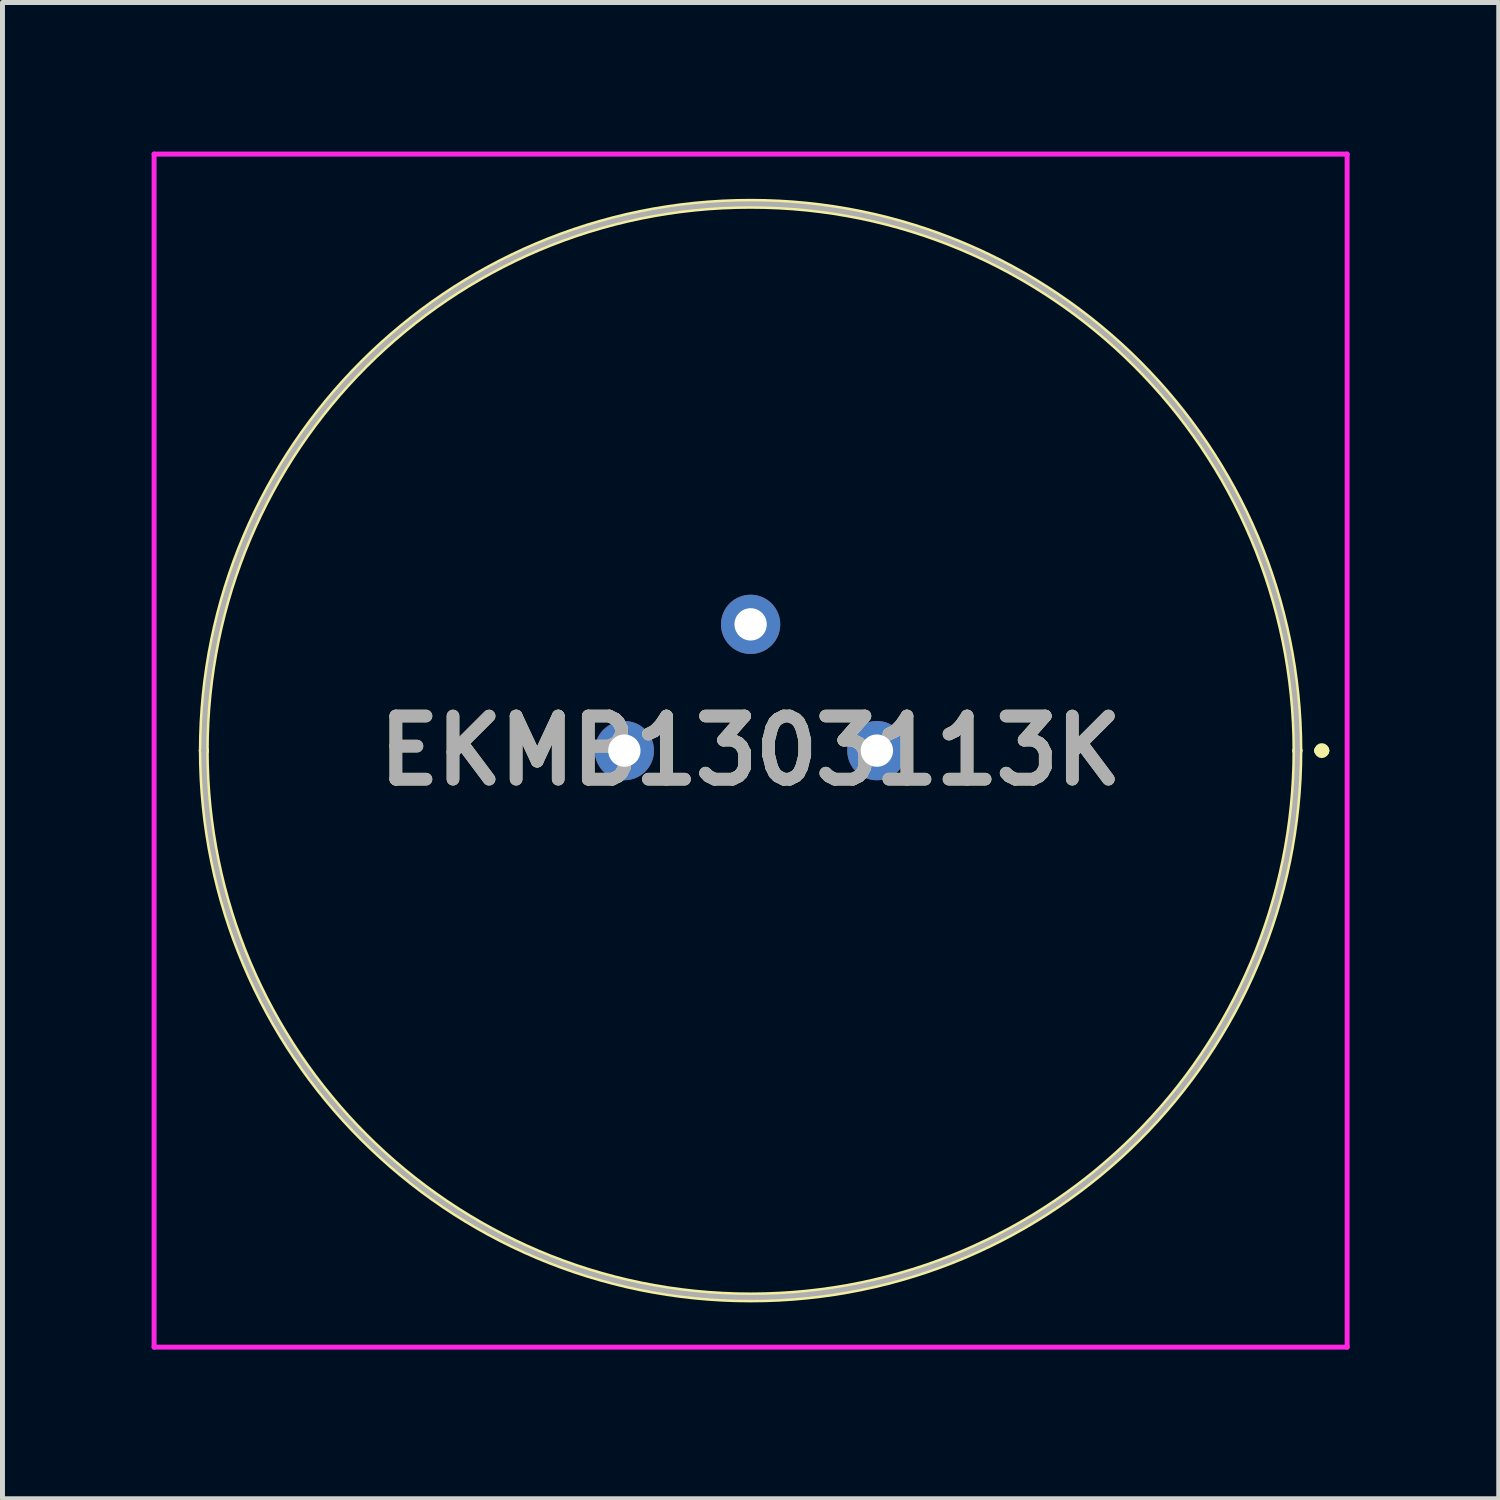
<source format=kicad_pcb>
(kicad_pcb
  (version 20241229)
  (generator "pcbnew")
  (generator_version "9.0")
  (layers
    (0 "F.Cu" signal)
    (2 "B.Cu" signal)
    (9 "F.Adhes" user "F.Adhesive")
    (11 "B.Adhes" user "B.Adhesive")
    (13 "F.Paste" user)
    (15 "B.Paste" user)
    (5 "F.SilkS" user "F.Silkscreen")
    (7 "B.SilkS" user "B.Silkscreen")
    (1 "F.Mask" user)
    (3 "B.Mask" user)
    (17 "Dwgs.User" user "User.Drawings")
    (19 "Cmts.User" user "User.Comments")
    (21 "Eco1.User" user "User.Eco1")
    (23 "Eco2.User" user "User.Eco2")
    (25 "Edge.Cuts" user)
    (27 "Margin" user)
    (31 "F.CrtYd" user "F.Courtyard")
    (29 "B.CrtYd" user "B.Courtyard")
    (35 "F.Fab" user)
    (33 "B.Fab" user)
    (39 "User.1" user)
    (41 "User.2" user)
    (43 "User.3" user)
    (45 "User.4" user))
  (footprint "EKMB1303113K"
    (layer "F.Cu")
    (at 14.59 12.05)
    (property "Reference" "EKMB1303113K" (at -2.54 0 0) (layer "F.SilkS") (effects (font (size 1.27 1.27) (thickness 0.254))))
    (attr through_hole)
    (fp_line (start -13.54 0) (end -13.54 0) (stroke (width 0.2) (type solid)) (layer "F.SilkS"))
    (fp_line (start 8.46 0) (end 8.46 0) (stroke (width 0.2) (type solid)) (layer "F.SilkS"))
    (fp_line (start 8.9 0) (end 8.9 0) (stroke (width 0.2) (type solid)) (layer "F.SilkS"))
    (fp_line (start 8.9 0) (end 9 0) (stroke (width 0.2) (type solid)) (layer "F.SilkS"))
    (fp_line (start 9 0) (end 9 0) (stroke (width 0.2) (type solid)) (layer "F.SilkS"))
    (fp_arc (start -13.54 0) (mid -2.54 -11) (end 8.46 0) (stroke (width 0.2) (type solid)) (layer "F.SilkS"))
    (fp_arc (start 8.46 0) (mid -2.54 11) (end -13.54 0) (stroke (width 0.2) (type solid)) (layer "F.SilkS"))
    (fp_arc (start 8.9 0) (mid 8.95 -0.05) (end 9 0) (stroke (width 0.2) (type solid)) (layer "F.SilkS"))
    (fp_arc (start 9 0) (mid 8.95 0.05) (end 8.9 0) (stroke (width 0.2) (type solid)) (layer "F.SilkS"))
    (fp_line (start -14.54 -12) (end -14.54 12) (stroke (width 0.1) (type solid)) (layer "F.CrtYd"))
    (fp_line (start -14.54 12) (end 9.46 12) (stroke (width 0.1) (type solid)) (layer "F.CrtYd"))
    (fp_line (start 9.46 -12) (end -14.54 -12) (stroke (width 0.1) (type solid)) (layer "F.CrtYd"))
    (fp_line (start 9.46 12) (end 9.46 -12) (stroke (width 0.1) (type solid)) (layer "F.CrtYd"))
    (fp_line (start -13.54 0) (end -13.54 0) (stroke (width 0.1) (type solid)) (layer "F.Fab"))
    (fp_line (start 8.46 0) (end 8.46 0) (stroke (width 0.1) (type solid)) (layer "F.Fab"))
    (fp_arc (start -13.54 0) (mid -2.54 -11) (end 8.46 0) (stroke (width 0.1) (type solid)) (layer "F.Fab"))
    (fp_arc (start 8.46 0) (mid -2.54 11) (end -13.54 0) (stroke (width 0.1) (type solid)) (layer "F.Fab"))
    (fp_text user "${REFERENCE}" (at -2.54 0 0) (layer "F.Fab") (effects (font (size 1.27 1.27) (thickness 0.254))))
    (pad "1" thru_hole circle (at 0 0) (size 1.192 1.192) (drill 0.65) (layers "*.Cu" "*.Mask"))
    (pad "2" thru_hole circle (at -2.54 -2.54) (size 1.192 1.192) (drill 0.65) (layers "*.Cu" "*.Mask"))
    (pad "3" thru_hole circle (at -5.08 0) (size 1.192 1.192) (drill 0.65) (layers "*.Cu" "*.Mask")))
  (gr_rect
    (start -3 -3)
    (end 27.1 27.1)
    (stroke (width 0.1) (type default))
    (fill no)
    (layer "Edge.Cuts")))
</source>
